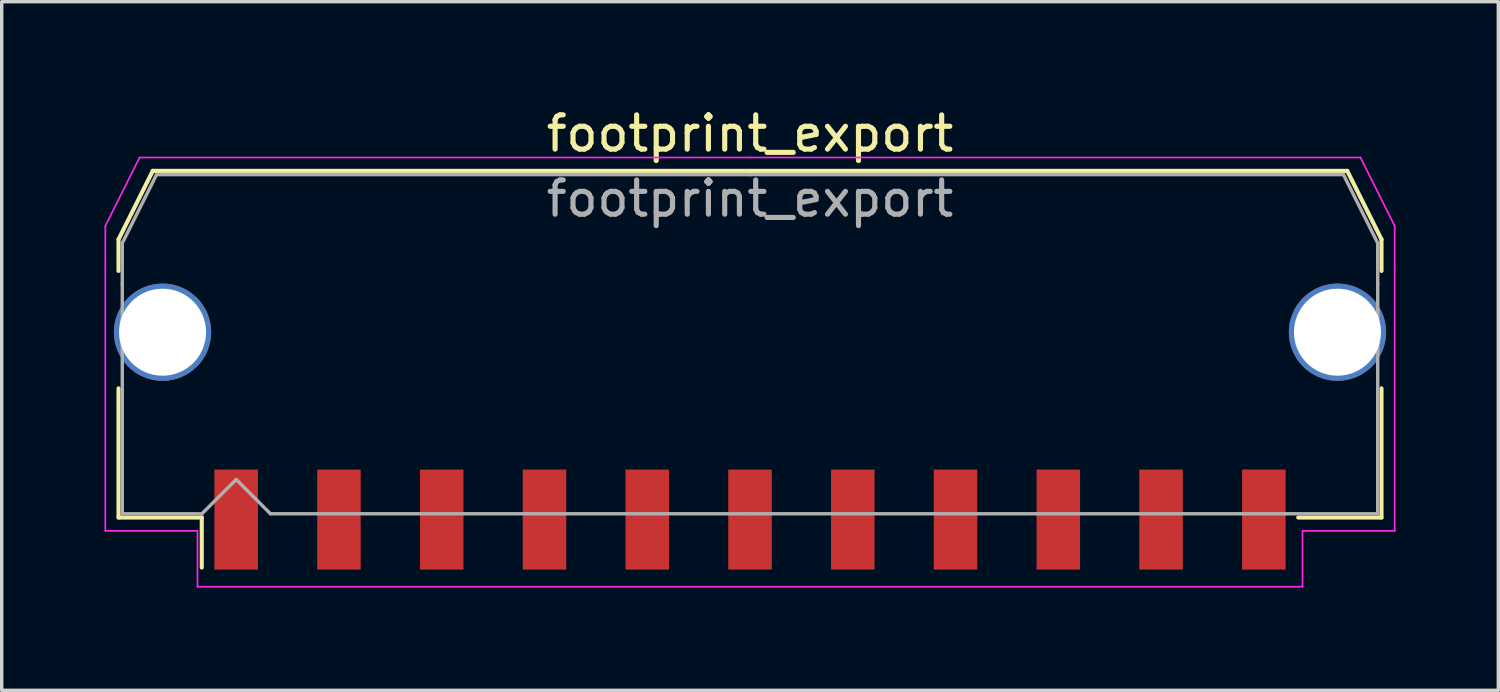
<source format=kicad_pcb>
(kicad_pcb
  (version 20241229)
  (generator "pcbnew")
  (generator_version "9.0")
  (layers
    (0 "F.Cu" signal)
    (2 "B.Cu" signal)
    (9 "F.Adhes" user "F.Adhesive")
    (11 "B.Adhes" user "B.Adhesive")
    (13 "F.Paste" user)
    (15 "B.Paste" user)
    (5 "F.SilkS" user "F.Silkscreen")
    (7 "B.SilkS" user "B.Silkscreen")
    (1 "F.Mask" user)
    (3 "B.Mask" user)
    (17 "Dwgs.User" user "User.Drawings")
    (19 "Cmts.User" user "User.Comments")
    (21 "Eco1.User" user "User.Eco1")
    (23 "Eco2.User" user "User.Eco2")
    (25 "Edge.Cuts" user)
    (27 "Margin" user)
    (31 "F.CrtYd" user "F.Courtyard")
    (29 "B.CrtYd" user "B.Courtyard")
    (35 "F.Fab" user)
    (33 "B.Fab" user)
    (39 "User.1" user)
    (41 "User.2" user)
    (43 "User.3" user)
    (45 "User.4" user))
  (footprint "footprint_export"
    (layer "F.Cu")
    (at 18.845 6.998)
    (property "Reference" "footprint_export" (at 0 -6.15 0) (layer "F.SilkS") (effects (font (size 1 1) (thickness 0.15))))
    (attr smd)
    (fp_line (start -18.435 -3.06) (end -18.435 -2.14) (stroke (width 0.12) (type solid)) (layer "F.SilkS"))
    (fp_line (start -18.435 1.29) (end -18.435 5.06) (stroke (width 0.12) (type solid)) (layer "F.SilkS"))
    (fp_line (start -18.435 5.06) (end -16.005 5.06) (stroke (width 0.12) (type solid)) (layer "F.SilkS"))
    (fp_line (start -17.435 -5.06) (end -18.435 -3.06) (stroke (width 0.12) (type solid)) (layer "F.SilkS"))
    (fp_line (start -16.005 5.06) (end -16.005 6.52) (stroke (width 0.12) (type solid)) (layer "F.SilkS"))
    (fp_line (start 0 -5.06) (end -17.435 -5.06) (stroke (width 0.12) (type solid)) (layer "F.SilkS"))
    (fp_line (start 0 -5.06) (end 17.435 -5.06) (stroke (width 0.12) (type solid)) (layer "F.SilkS"))
    (fp_line (start 17.435 -5.06) (end 18.435 -3.06) (stroke (width 0.12) (type solid)) (layer "F.SilkS"))
    (fp_line (start 18.435 -3.06) (end 18.435 -2.14) (stroke (width 0.12) (type solid)) (layer "F.SilkS"))
    (fp_line (start 18.435 1.29) (end 18.435 5.06) (stroke (width 0.12) (type solid)) (layer "F.SilkS"))
    (fp_line (start 18.435 5.06) (end 16.005 5.06) (stroke (width 0.12) (type solid)) (layer "F.SilkS"))
    (fp_line (start -18.82 -3.45) (end -18.82 -2.27) (stroke (width 0.05) (type solid)) (layer "F.CrtYd"))
    (fp_line (start -18.82 -2.27) (end -18.82 5.45) (stroke (width 0.05) (type solid)) (layer "F.CrtYd"))
    (fp_line (start -18.82 5.45) (end -16.13 5.45) (stroke (width 0.05) (type solid)) (layer "F.CrtYd"))
    (fp_line (start -17.82 -5.45) (end -18.82 -3.45) (stroke (width 0.05) (type solid)) (layer "F.CrtYd"))
    (fp_line (start -16.13 5.45) (end -16.13 7.08) (stroke (width 0.05) (type solid)) (layer "F.CrtYd"))
    (fp_line (start -16.13 7.08) (end 0 7.08) (stroke (width 0.05) (type solid)) (layer "F.CrtYd"))
    (fp_line (start 0 -5.45) (end -17.82 -5.45) (stroke (width 0.05) (type solid)) (layer "F.CrtYd"))
    (fp_line (start 0 -5.45) (end 17.82 -5.45) (stroke (width 0.05) (type solid)) (layer "F.CrtYd"))
    (fp_line (start 16.13 5.45) (end 16.13 7.08) (stroke (width 0.05) (type solid)) (layer "F.CrtYd"))
    (fp_line (start 16.13 7.08) (end 0 7.08) (stroke (width 0.05) (type solid)) (layer "F.CrtYd"))
    (fp_line (start 17.82 -5.45) (end 18.82 -3.45) (stroke (width 0.05) (type solid)) (layer "F.CrtYd"))
    (fp_line (start 18.82 -3.45) (end 18.82 -2.27) (stroke (width 0.05) (type solid)) (layer "F.CrtYd"))
    (fp_line (start 18.82 -2.27) (end 18.82 5.45) (stroke (width 0.05) (type solid)) (layer "F.CrtYd"))
    (fp_line (start 18.82 5.45) (end 16.13 5.45) (stroke (width 0.05) (type solid)) (layer "F.CrtYd"))
    (fp_line (start -18.325 -2.95) (end -18.325 -1.77) (stroke (width 0.1) (type solid)) (layer "F.Fab"))
    (fp_line (start -18.325 -1.77) (end -18.325 4.95) (stroke (width 0.1) (type solid)) (layer "F.Fab"))
    (fp_line (start -18.325 4.95) (end -16 4.95) (stroke (width 0.1) (type solid)) (layer "F.Fab"))
    (fp_line (start -17.325 -4.95) (end -18.325 -2.95) (stroke (width 0.1) (type solid)) (layer "F.Fab"))
    (fp_line (start -16 4.95) (end -15 3.95) (stroke (width 0.1) (type solid)) (layer "F.Fab"))
    (fp_line (start -15 3.95) (end -14 4.95) (stroke (width 0.1) (type solid)) (layer "F.Fab"))
    (fp_line (start -14 4.95) (end 0 4.95) (stroke (width 0.1) (type solid)) (layer "F.Fab"))
    (fp_line (start 0 -4.95) (end -17.325 -4.95) (stroke (width 0.1) (type solid)) (layer "F.Fab"))
    (fp_line (start 0 -4.95) (end 17.325 -4.95) (stroke (width 0.1) (type solid)) (layer "F.Fab"))
    (fp_line (start 15.635 4.95) (end 0 4.95) (stroke (width 0.1) (type solid)) (layer "F.Fab"))
    (fp_line (start 17.325 -4.95) (end 18.325 -2.95) (stroke (width 0.1) (type solid)) (layer "F.Fab"))
    (fp_line (start 18.325 -2.95) (end 18.325 -1.77) (stroke (width 0.1) (type solid)) (layer "F.Fab"))
    (fp_line (start 18.325 -1.77) (end 18.325 4.95) (stroke (width 0.1) (type solid)) (layer "F.Fab"))
    (fp_line (start 18.325 4.95) (end 15.635 4.95) (stroke (width 0.1) (type solid)) (layer "F.Fab"))
    (fp_text user "${REFERENCE}" (at 0 -4.25 0) (layer "F.Fab") (effects (font (size 1 1) (thickness 0.15))))
    (pad "1" smd rect (at -15 5.12) (size 1.27 2.92) (layers "F.Cu" "F.Mask" "F.Paste"))
    (pad "2" smd rect (at -12 5.12) (size 1.27 2.92) (layers "F.Cu" "F.Mask" "F.Paste"))
    (pad "3" smd rect (at -9 5.12) (size 1.27 2.92) (layers "F.Cu" "F.Mask" "F.Paste"))
    (pad "4" smd rect (at -6 5.12) (size 1.27 2.92) (layers "F.Cu" "F.Mask" "F.Paste"))
    (pad "5" smd rect (at -3 5.12) (size 1.27 2.92) (layers "F.Cu" "F.Mask" "F.Paste"))
    (pad "6" smd rect (at 0 5.12) (size 1.27 2.92) (layers "F.Cu" "F.Mask" "F.Paste"))
    (pad "7" smd rect (at 3 5.12) (size 1.27 2.92) (layers "F.Cu" "F.Mask" "F.Paste"))
    (pad "8" smd rect (at 6 5.12) (size 1.27 2.92) (layers "F.Cu" "F.Mask" "F.Paste"))
    (pad "9" smd rect (at 9 5.12) (size 1.27 2.92) (layers "F.Cu" "F.Mask" "F.Paste"))
    (pad "10" smd rect (at 12 5.12) (size 1.27 2.92) (layers "F.Cu" "F.Mask" "F.Paste"))
    (pad "11" smd rect (at 15 5.12) (size 1.27 2.92) (layers "F.Cu" "F.Mask" "F.Paste"))
    (pad "MP" thru_hole circle (at -17.15 -0.35) (size 2.84 2.84) (drill 2.54) (layers "*.Cu" "*.Mask"))
    (pad "MP" thru_hole circle (at 17.15 -0.35) (size 2.84 2.84) (drill 2.54) (layers "*.Cu" "*.Mask")))
  (gr_rect
    (start -3 -3)
    (end 40.69 17.103)
    (stroke (width 0.1) (type default))
    (fill no)
    (layer "Edge.Cuts")))
</source>
